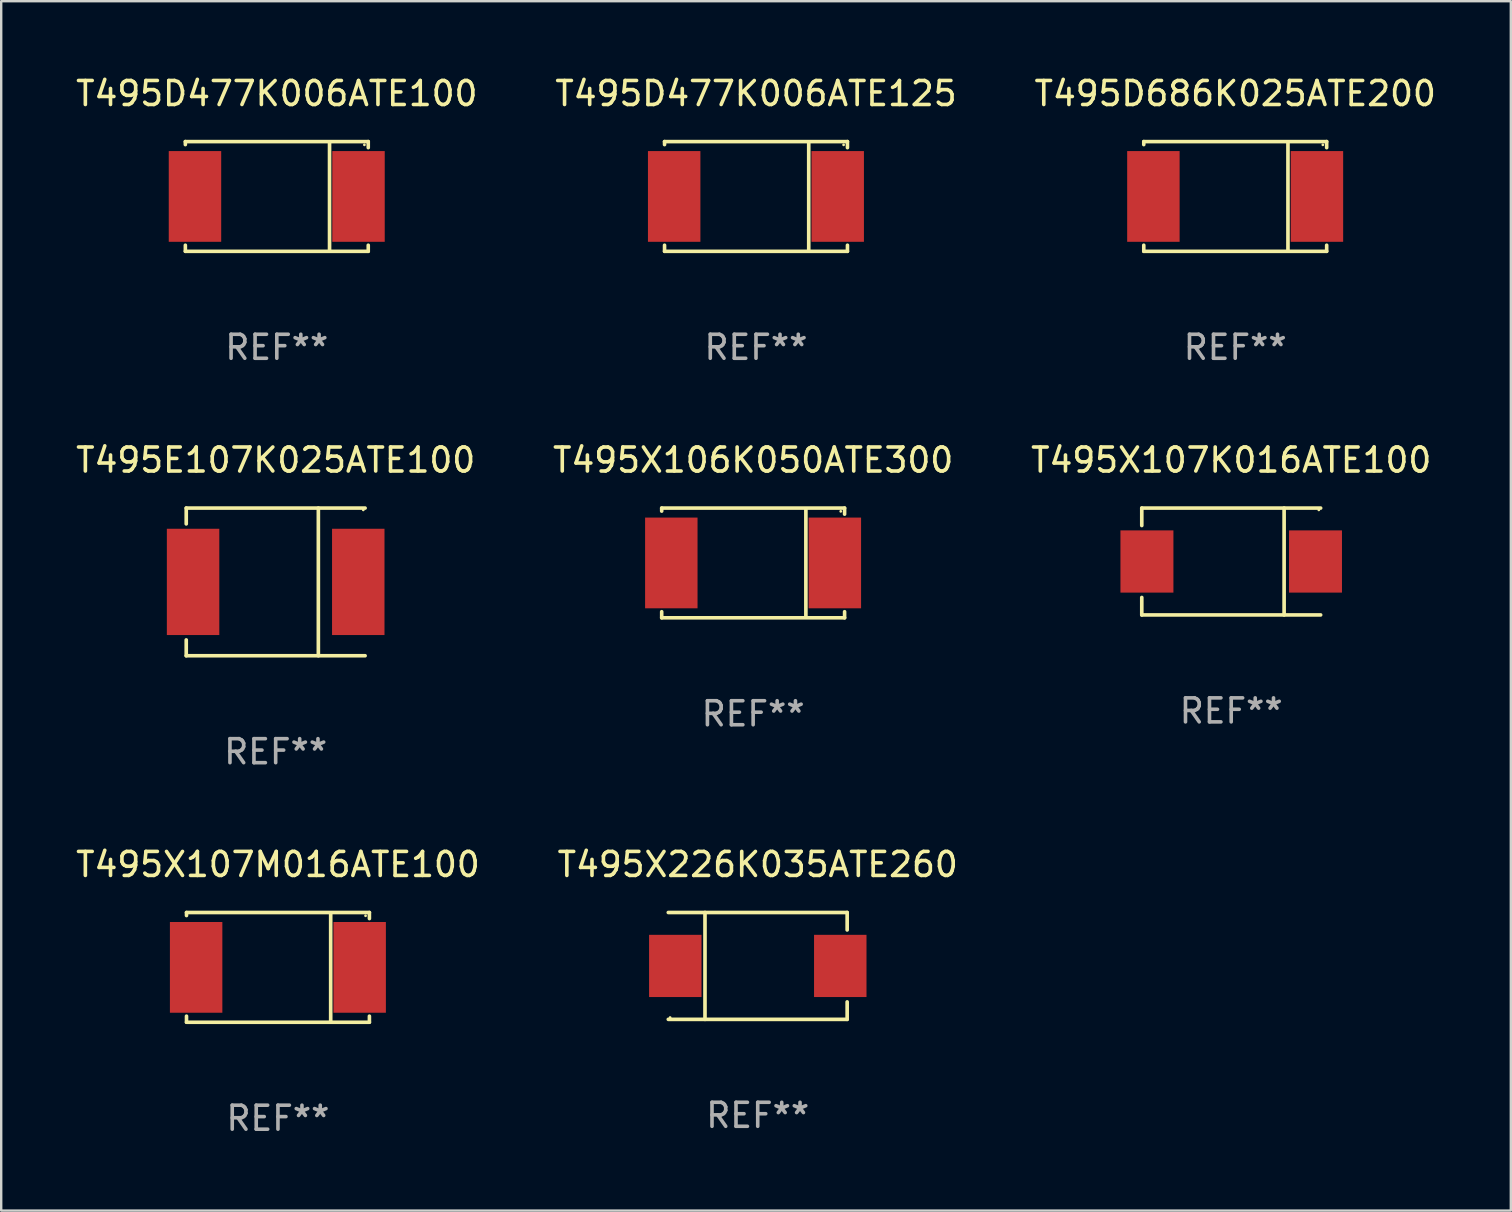
<source format=kicad_pcb>
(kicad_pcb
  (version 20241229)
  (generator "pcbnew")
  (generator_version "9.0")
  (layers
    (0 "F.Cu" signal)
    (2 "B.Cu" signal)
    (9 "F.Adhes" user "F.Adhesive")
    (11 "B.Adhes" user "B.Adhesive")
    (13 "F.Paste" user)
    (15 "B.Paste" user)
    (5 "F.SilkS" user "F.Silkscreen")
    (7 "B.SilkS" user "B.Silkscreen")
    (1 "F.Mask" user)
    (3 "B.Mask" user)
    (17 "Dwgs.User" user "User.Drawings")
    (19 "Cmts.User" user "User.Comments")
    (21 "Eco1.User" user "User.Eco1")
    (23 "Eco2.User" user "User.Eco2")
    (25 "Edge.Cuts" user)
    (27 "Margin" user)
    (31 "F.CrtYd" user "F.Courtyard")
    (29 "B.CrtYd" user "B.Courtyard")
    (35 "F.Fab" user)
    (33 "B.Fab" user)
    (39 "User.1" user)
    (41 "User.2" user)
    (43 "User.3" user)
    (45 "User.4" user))
  (footprint "T495D686K025ATE200"
    (layer "F.Cu")
    (at 48.411 5.134)
    (property "Reference" "T495D686K025ATE200" (at 0 -4.286 0) (layer "F.SilkS") (effects (font (size 1 1) (thickness 0.15))))
    (attr through_hole)
    (fp_line (start -3.81 -2.286) (end -3.81 -2.159) (stroke (width 0.15) (type solid)) (layer "F.SilkS"))
    (fp_line (start -3.81 2.032) (end -3.81 2.286) (stroke (width 0.15) (type solid)) (layer "F.SilkS"))
    (fp_line (start -3.81 2.286) (end 3.81 2.286) (stroke (width 0.15) (type solid)) (layer "F.SilkS"))
    (fp_line (start 2.197 -2.226) (end 2.197 2.226) (stroke (width 0.152) (type solid)) (layer "F.SilkS"))
    (fp_line (start 3.81 -2.286) (end -3.81 -2.286) (stroke (width 0.15) (type solid)) (layer "F.SilkS"))
    (fp_line (start 3.81 -2.032) (end 3.81 -2.286) (stroke (width 0.15) (type solid)) (layer "F.SilkS"))
    (fp_line (start 3.81 2.286) (end 3.81 2.032) (stroke (width 0.15) (type solid)) (layer "F.SilkS"))
    (fp_circle (center 3.65 -2.15) (end 3.68 -2.15) (stroke (width 0.06) (type solid)) (fill no) (layer "F.SilkS"))
    (fp_text user "REF**" (at 0 6.286 0) (layer "F.Fab") (effects (font (size 1 1) (thickness 0.15))))
    (pad "1" smd rect (at 3.404 0 180) (size 2.185 3.78) (layers "F.Cu" "F.Mask" "F.Paste"))
    (pad "2" smd rect (at -3.409 0 180) (size 2.185 3.78) (layers "F.Cu" "F.Mask" "F.Paste")))
  (footprint "T495X106K050ATE300"
    (layer "F.Cu")
    (at 28.327 20.403)
    (property "Reference" "T495X106K050ATE300" (at 0 -4.286 0) (layer "F.SilkS") (effects (font (size 1 1) (thickness 0.15))))
    (attr through_hole)
    (fp_line (start -3.81 -2.286) (end -3.81 -2.159) (stroke (width 0.15) (type solid)) (layer "F.SilkS"))
    (fp_line (start -3.81 2.032) (end -3.81 2.286) (stroke (width 0.15) (type solid)) (layer "F.SilkS"))
    (fp_line (start -3.81 2.286) (end 3.81 2.286) (stroke (width 0.15) (type solid)) (layer "F.SilkS"))
    (fp_line (start 2.197 -2.226) (end 2.197 2.226) (stroke (width 0.152) (type solid)) (layer "F.SilkS"))
    (fp_line (start 3.81 -2.286) (end -3.81 -2.286) (stroke (width 0.15) (type solid)) (layer "F.SilkS"))
    (fp_line (start 3.81 -2.032) (end 3.81 -2.286) (stroke (width 0.15) (type solid)) (layer "F.SilkS"))
    (fp_line (start 3.81 2.286) (end 3.81 2.032) (stroke (width 0.15) (type solid)) (layer "F.SilkS"))
    (fp_circle (center 3.65 -2.15) (end 3.68 -2.15) (stroke (width 0.06) (type solid)) (fill no) (layer "F.SilkS"))
    (fp_text user "REF**" (at 0 6.286 0) (layer "F.Fab") (effects (font (size 1 1) (thickness 0.15))))
    (pad "1" smd rect (at 3.404 0 180) (size 2.185 3.78) (layers "F.Cu" "F.Mask" "F.Paste"))
    (pad "2" smd rect (at -3.409 0 180) (size 2.185 3.78) (layers "F.Cu" "F.Mask" "F.Paste")))
  (footprint "T495X107M016ATE100"
    (layer "F.Cu")
    (at 8.53 37.252)
    (property "Reference" "T495X107M016ATE100" (at 0 -4.286 0) (layer "F.SilkS") (effects (font (size 1 1) (thickness 0.15))))
    (attr through_hole)
    (fp_line (start -3.81 -2.286) (end -3.81 -2.159) (stroke (width 0.15) (type solid)) (layer "F.SilkS"))
    (fp_line (start -3.81 2.032) (end -3.81 2.286) (stroke (width 0.15) (type solid)) (layer "F.SilkS"))
    (fp_line (start -3.81 2.286) (end 3.81 2.286) (stroke (width 0.15) (type solid)) (layer "F.SilkS"))
    (fp_line (start 2.197 -2.226) (end 2.197 2.226) (stroke (width 0.152) (type solid)) (layer "F.SilkS"))
    (fp_line (start 3.81 -2.286) (end -3.81 -2.286) (stroke (width 0.15) (type solid)) (layer "F.SilkS"))
    (fp_line (start 3.81 -2.032) (end 3.81 -2.286) (stroke (width 0.15) (type solid)) (layer "F.SilkS"))
    (fp_line (start 3.81 2.286) (end 3.81 2.032) (stroke (width 0.15) (type solid)) (layer "F.SilkS"))
    (fp_circle (center 3.65 -2.15) (end 3.68 -2.15) (stroke (width 0.06) (type solid)) (fill no) (layer "F.SilkS"))
    (fp_text user "REF**" (at 0 6.286 0) (layer "F.Fab") (effects (font (size 1 1) (thickness 0.15))))
    (pad "1" smd rect (at 3.404 0 180) (size 2.185 3.78) (layers "F.Cu" "F.Mask" "F.Paste"))
    (pad "2" smd rect (at -3.409 0 180) (size 2.185 3.78) (layers "F.Cu" "F.Mask" "F.Paste")))
  (footprint "T495D477K006ATE100"
    (layer "F.Cu")
    (at 8.482 5.134)
    (property "Reference" "T495D477K006ATE100" (at 0 -4.286 0) (layer "F.SilkS") (effects (font (size 1 1) (thickness 0.15))))
    (attr through_hole)
    (fp_line (start -3.81 -2.286) (end -3.81 -2.159) (stroke (width 0.15) (type solid)) (layer "F.SilkS"))
    (fp_line (start -3.81 2.032) (end -3.81 2.286) (stroke (width 0.15) (type solid)) (layer "F.SilkS"))
    (fp_line (start -3.81 2.286) (end 3.81 2.286) (stroke (width 0.15) (type solid)) (layer "F.SilkS"))
    (fp_line (start 2.197 -2.226) (end 2.197 2.226) (stroke (width 0.152) (type solid)) (layer "F.SilkS"))
    (fp_line (start 3.81 -2.286) (end -3.81 -2.286) (stroke (width 0.15) (type solid)) (layer "F.SilkS"))
    (fp_line (start 3.81 -2.032) (end 3.81 -2.286) (stroke (width 0.15) (type solid)) (layer "F.SilkS"))
    (fp_line (start 3.81 2.286) (end 3.81 2.032) (stroke (width 0.15) (type solid)) (layer "F.SilkS"))
    (fp_circle (center 3.65 -2.15) (end 3.68 -2.15) (stroke (width 0.06) (type solid)) (fill no) (layer "F.SilkS"))
    (fp_text user "REF**" (at 0 6.286 0) (layer "F.Fab") (effects (font (size 1 1) (thickness 0.15))))
    (pad "1" smd rect (at 3.404 0 180) (size 2.185 3.78) (layers "F.Cu" "F.Mask" "F.Paste"))
    (pad "2" smd rect (at -3.409 0 180) (size 2.185 3.78) (layers "F.Cu" "F.Mask" "F.Paste")))
  (footprint "T495D477K006ATE125"
    (layer "F.Cu")
    (at 28.446 5.134)
    (property "Reference" "T495D477K006ATE125" (at 0 -4.286 0) (layer "F.SilkS") (effects (font (size 1 1) (thickness 0.15))))
    (attr through_hole)
    (fp_line (start -3.81 -2.286) (end -3.81 -2.159) (stroke (width 0.15) (type solid)) (layer "F.SilkS"))
    (fp_line (start -3.81 2.032) (end -3.81 2.286) (stroke (width 0.15) (type solid)) (layer "F.SilkS"))
    (fp_line (start -3.81 2.286) (end 3.81 2.286) (stroke (width 0.15) (type solid)) (layer "F.SilkS"))
    (fp_line (start 2.197 -2.226) (end 2.197 2.226) (stroke (width 0.152) (type solid)) (layer "F.SilkS"))
    (fp_line (start 3.81 -2.286) (end -3.81 -2.286) (stroke (width 0.15) (type solid)) (layer "F.SilkS"))
    (fp_line (start 3.81 -2.032) (end 3.81 -2.286) (stroke (width 0.15) (type solid)) (layer "F.SilkS"))
    (fp_line (start 3.81 2.286) (end 3.81 2.032) (stroke (width 0.15) (type solid)) (layer "F.SilkS"))
    (fp_circle (center 3.65 -2.15) (end 3.68 -2.15) (stroke (width 0.06) (type solid)) (fill no) (layer "F.SilkS"))
    (fp_text user "REF**" (at 0 6.286 0) (layer "F.Fab") (effects (font (size 1 1) (thickness 0.15))))
    (pad "1" smd rect (at 3.404 0 180) (size 2.185 3.78) (layers "F.Cu" "F.Mask" "F.Paste"))
    (pad "2" smd rect (at -3.409 0 180) (size 2.185 3.78) (layers "F.Cu" "F.Mask" "F.Paste")))
  (footprint "T495X107K016ATE100"
    (layer "F.Cu")
    (at 48.244 20.343)
    (property "Reference" "T495X107K016ATE100" (at 0 -4.226 0) (layer "F.SilkS") (effects (font (size 1 1) (thickness 0.15))))
    (attr through_hole)
    (fp_line (start -3.726 -2.226) (end -3.726 -1.499) (stroke (width 0.152) (type solid)) (layer "F.SilkS"))
    (fp_line (start -3.726 -2.226) (end 3.726 -2.226) (stroke (width 0.152) (type solid)) (layer "F.SilkS"))
    (fp_line (start -3.726 2.226) (end -3.726 1.499) (stroke (width 0.152) (type solid)) (layer "F.SilkS"))
    (fp_line (start -3.726 2.226) (end 3.726 2.226) (stroke (width 0.152) (type solid)) (layer "F.SilkS"))
    (fp_line (start 2.204 -2.226) (end 2.204 2.226) (stroke (width 0.152) (type solid)) (layer "F.SilkS"))
    (fp_circle (center 3.65 -2.15) (end 3.68 -2.15) (stroke (width 0.06) (type solid)) (fill no) (layer "F.SilkS"))
    (fp_text user "REF**" (at 0 6.226 0) (layer "F.Fab") (effects (font (size 1 1) (thickness 0.15))))
    (pad "1" smd rect (at 3.511 0) (size 2.207 2.592) (layers "F.Cu" "F.Mask" "F.Paste"))
    (pad "2" smd rect (at -3.511 0) (size 2.207 2.592) (layers "F.Cu" "F.Mask" "F.Paste")))
  (footprint "T495X226K035ATE260"
    (layer "F.Cu")
    (at 28.518 37.192)
    (property "Reference" "T495X226K035ATE260" (at 0 -4.226 0) (layer "F.SilkS") (effects (font (size 1 1) (thickness 0.15))))
    (attr through_hole)
    (fp_line (start -3.726 -2.226) (end 3.726 -2.226) (stroke (width 0.152) (type solid)) (layer "F.SilkS"))
    (fp_line (start -3.726 2.226) (end 3.726 2.226) (stroke (width 0.152) (type solid)) (layer "F.SilkS"))
    (fp_line (start -2.197 -2.226) (end -2.197 2.226) (stroke (width 0.152) (type solid)) (layer "F.SilkS"))
    (fp_line (start 3.726 -2.226) (end 3.726 -1.499) (stroke (width 0.152) (type solid)) (layer "F.SilkS"))
    (fp_line (start 3.726 2.226) (end 3.726 1.499) (stroke (width 0.152) (type solid)) (layer "F.SilkS"))
    (fp_circle (center -3.65 2.15) (end -3.62 2.15) (stroke (width 0.06) (type solid)) (fill no) (layer "F.SilkS"))
    (fp_text user "REF**" (at 0 6.226 0) (layer "F.Fab") (effects (font (size 1 1) (thickness 0.15))))
    (pad "1" smd rect (at -3.434 0 180) (size 2.185 2.592) (layers "F.Cu" "F.Mask" "F.Paste"))
    (pad "2" smd rect (at 3.439 0 180) (size 2.185 2.592) (layers "F.Cu" "F.Mask" "F.Paste")))
  (footprint "T495E107K025ATE100"
    (layer "F.Cu")
    (at 8.435 21.193)
    (property "Reference" "T495E107K025ATE100" (at 0 -5.076 0) (layer "F.SilkS") (effects (font (size 1 1) (thickness 0.15))))
    (attr through_hole)
    (fp_line (start -3.726 -3.076) (end -3.726 -2.417) (stroke (width 0.152) (type solid)) (layer "F.SilkS"))
    (fp_line (start -3.726 -3.076) (end 3.726 -3.076) (stroke (width 0.152) (type solid)) (layer "F.SilkS"))
    (fp_line (start -3.726 3.076) (end -3.726 2.417) (stroke (width 0.152) (type solid)) (layer "F.SilkS"))
    (fp_line (start -3.726 3.076) (end 3.726 3.076) (stroke (width 0.152) (type solid)) (layer "F.SilkS"))
    (fp_line (start 1.778 -3.076) (end 1.778 3.076) (stroke (width 0.152) (type solid)) (layer "F.SilkS"))
    (fp_circle (center 3.65 -3) (end 3.68 -3) (stroke (width 0.06) (type solid)) (fill no) (layer "F.SilkS"))
    (fp_text user "REF**" (at 0 7.076 0) (layer "F.Fab") (effects (font (size 1 1) (thickness 0.15))))
    (pad "1" smd rect (at 3.441 0) (size 2.185 4.428) (layers "F.Cu" "F.Mask" "F.Paste"))
    (pad "2" smd rect (at -3.441 0) (size 2.185 4.428) (layers "F.Cu" "F.Mask" "F.Paste")))
  (gr_rect
    (start -3 -3)
    (end 59.893 47.386)
    (stroke (width 0.1) (type default))
    (fill no)
    (layer "Edge.Cuts")))
</source>
